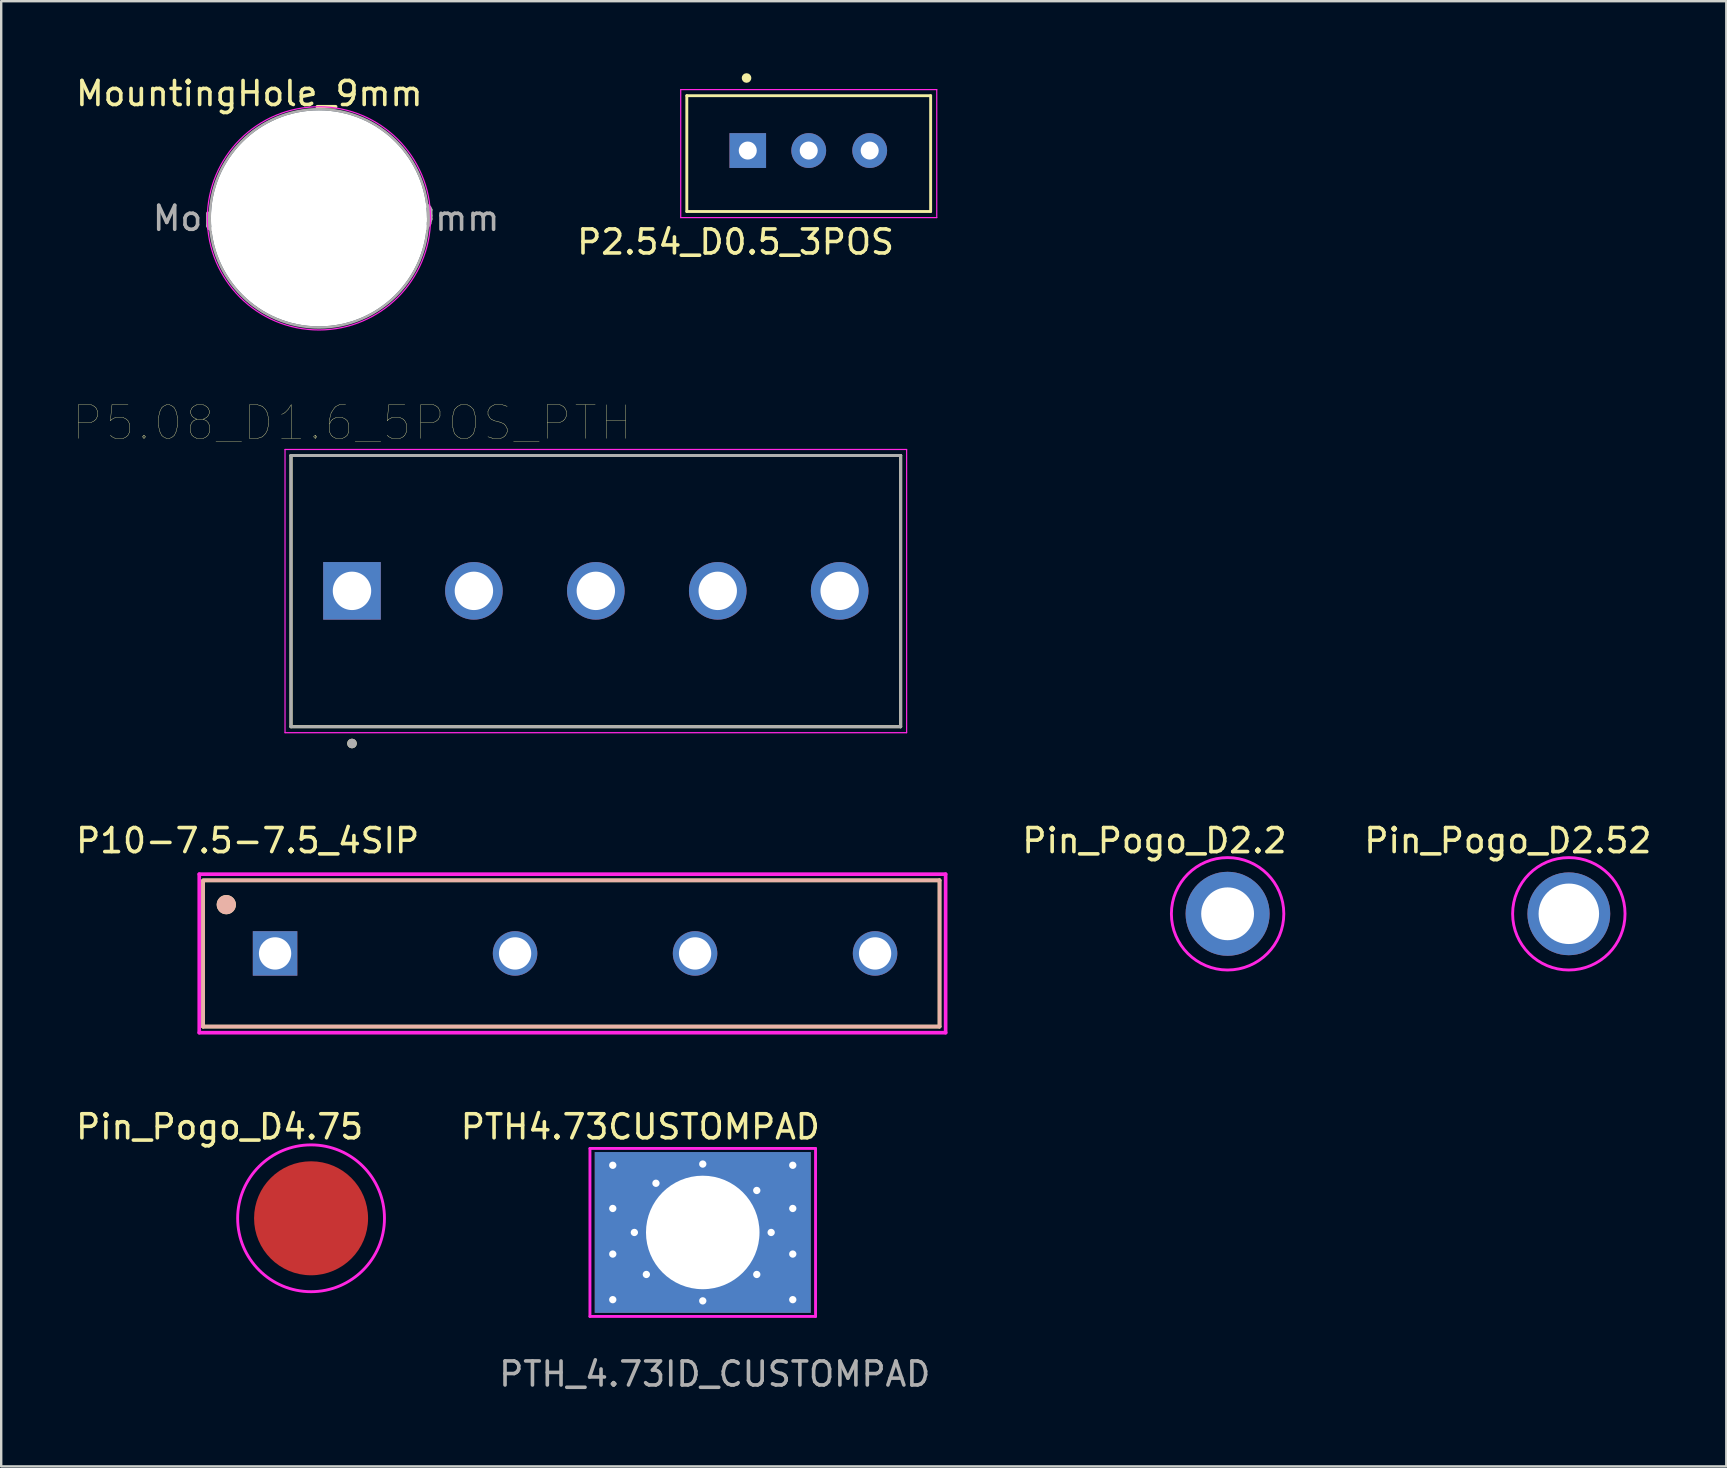
<source format=kicad_pcb>
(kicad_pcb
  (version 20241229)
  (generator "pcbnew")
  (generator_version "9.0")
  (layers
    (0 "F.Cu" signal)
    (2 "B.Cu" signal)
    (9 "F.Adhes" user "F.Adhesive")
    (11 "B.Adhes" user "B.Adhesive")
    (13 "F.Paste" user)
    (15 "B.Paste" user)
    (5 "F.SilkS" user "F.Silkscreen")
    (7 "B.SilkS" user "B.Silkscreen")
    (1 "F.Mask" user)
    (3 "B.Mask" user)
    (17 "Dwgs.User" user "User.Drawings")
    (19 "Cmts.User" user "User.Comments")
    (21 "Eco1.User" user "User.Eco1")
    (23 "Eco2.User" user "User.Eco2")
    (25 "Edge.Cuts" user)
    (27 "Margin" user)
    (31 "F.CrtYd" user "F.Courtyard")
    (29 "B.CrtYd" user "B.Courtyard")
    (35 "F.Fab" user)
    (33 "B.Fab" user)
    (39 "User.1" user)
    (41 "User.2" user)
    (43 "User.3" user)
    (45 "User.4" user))
  (footprint "PTH4.73CUSTOMPAD"
    (layer "F.Cu")
    (at 26.231 48.302)
    (property "Reference" "PTH4.73CUSTOMPAD" (at -2.6 -4.4 0) (unlocked yes) (layer "F.SilkS") (effects (font (size 1 1) (thickness 0.15))))
    (attr through_hole)
    (fp_line (start -4.7 -3.5) (end 4.7 -3.5) (stroke (width 0.12) (type solid)) (layer "F.CrtYd"))
    (fp_line (start -4.7 3.5) (end -4.7 -3.5) (stroke (width 0.12) (type solid)) (layer "F.CrtYd"))
    (fp_line (start 4.7 -3.5) (end 4.7 3.5) (stroke (width 0.12) (type solid)) (layer "F.CrtYd"))
    (fp_line (start 4.7 3.5) (end -4.7 3.5) (stroke (width 0.12) (type solid)) (layer "F.CrtYd"))
    (fp_text user "PTH_4.73ID_CUSTOMPAD" (at 0.5 5.9 0) (layer "F.Fab") (effects (font (size 1 1) (thickness 0.15))))
    (pad "1" thru_hole circle (at -3.75 -2.8) (size 0.61 0.61) (drill 0.305) (layers "*.Cu" "*.Mask"))
    (pad "1" thru_hole circle (at -3.75 -1) (size 0.61 0.61) (drill 0.305) (layers "*.Cu" "*.Mask"))
    (pad "1" thru_hole circle (at -3.75 0.9) (size 0.61 0.61) (drill 0.305) (layers "*.Cu" "*.Mask"))
    (pad "1" thru_hole circle (at -3.75 2.8) (size 0.61 0.61) (drill 0.305) (layers "*.Cu" "*.Mask"))
    (pad "1" thru_hole circle (at -2.85 0) (size 0.61 0.61) (drill 0.305) (layers "*.Cu" "*.Mask"))
    (pad "1" thru_hole circle (at -2.35 1.75) (size 0.61 0.61) (drill 0.305) (layers "*.Cu" "*.Mask"))
    (pad "1" thru_hole circle (at -1.95 -2.05) (size 0.61 0.61) (drill 0.305) (layers "*.Cu" "*.Mask"))
    (pad "1" thru_hole circle (at 0 -2.85) (size 0.61 0.61) (drill 0.305) (layers "*.Cu" "*.Mask"))
    (pad "1" thru_hole rect (at 0 0) (size 9 6.7) (drill 4.73) (layers "*.Cu" "*.Mask"))
    (pad "1" thru_hole circle (at 0 2.85) (size 0.61 0.61) (drill 0.305) (layers "*.Cu" "*.Mask"))
    (pad "1" thru_hole circle (at 2.25 -1.75) (size 0.61 0.61) (drill 0.305) (layers "*.Cu" "*.Mask"))
    (pad "1" thru_hole circle (at 2.25 1.75) (size 0.61 0.61) (drill 0.305) (layers "*.Cu" "*.Mask"))
    (pad "1" thru_hole circle (at 2.85 0) (size 0.61 0.61) (drill 0.305) (layers "*.Cu" "*.Mask"))
    (pad "1" thru_hole circle (at 3.75 -2.8) (size 0.61 0.61) (drill 0.305) (layers "*.Cu" "*.Mask"))
    (pad "1" thru_hole circle (at 3.75 -1) (size 0.61 0.61) (drill 0.305) (layers "*.Cu" "*.Mask"))
    (pad "1" thru_hole circle (at 3.75 0.9) (size 0.61 0.61) (drill 0.305) (layers "*.Cu" "*.Mask"))
    (pad "1" thru_hole circle (at 3.75 2.8) (size 0.61 0.61) (drill 0.305) (layers "*.Cu" "*.Mask")))
  (footprint "Pin_Pogo_D2.2"
    (layer "F.Cu")
    (at 48.1 35.025)
    (property "Reference" "Pin_Pogo_D2.2" (at -3.048 -3.048 0) (layer "F.SilkS") (effects (font (size 1 1) (thickness 0.15))))
    (attr through_hole)
    (fp_circle (center 0 0) (end 1.524 1.778) (stroke (width 0.12) (type solid)) (fill no) (layer "F.CrtYd"))
    (pad "1" thru_hole circle (at 0 0) (size 3.5 3.5) (drill 2.2) (layers "*.Cu" "*.Mask")))
  (footprint "Pin_Pogo_D4.75"
    (layer "F.Cu")
    (at 9.911 47.712)
    (property "Reference" "Pin_Pogo_D4.75" (at -3.81 -3.81 0) (layer "F.SilkS") (effects (font (size 1 1) (thickness 0.15))))
    (attr smd)
    (fp_circle (center 0 0) (end -0.254 3.048) (stroke (width 0.12) (type solid)) (fill no) (layer "F.CrtYd"))
    (pad "1" smd circle (at 0 0) (size 4.75 4.75) (layers "F.Cu" "F.Mask" "F.Paste")))
  (footprint "P10-7.5-7.5_4SIP"
    (layer "F.Cu")
    (at 8.411 36.676)
    (property "Reference" "P10-7.5-7.5_4SIP" (at -1.143 -4.699 0) (layer "F.SilkS") (effects (font (size 1 1) (thickness 0.15))))
    (attr through_hole)
    (fp_line (start -3 -3) (end -3 3.048) (stroke (width 0.152) (type solid)) (layer "F.SilkS"))
    (fp_line (start -3 3.048) (end 27.686 3.048) (stroke (width 0.152) (type solid)) (layer "F.SilkS"))
    (fp_line (start 27.686 -3.048) (end 27.686 3.048) (stroke (width 0.152) (type solid)) (layer "F.SilkS"))
    (fp_line (start 27.686 -3.044) (end -3 -3.044) (stroke (width 0.152) (type solid)) (layer "F.SilkS"))
    (fp_circle (center -2.032 -2.032) (end -1.832 -2.032) (stroke (width 0.4) (type solid)) (fill no) (layer "F.SilkS"))
    (fp_line (start -3 -3) (end -3 3.048) (stroke (width 0.152) (type solid)) (layer "B.SilkS"))
    (fp_line (start -3 3.048) (end 27.686 3.048) (stroke (width 0.152) (type solid)) (layer "B.SilkS"))
    (fp_line (start 27.686 -3.048) (end 27.686 3.048) (stroke (width 0.152) (type solid)) (layer "B.SilkS"))
    (fp_line (start 27.686 -3.044) (end -3 -3.044) (stroke (width 0.152) (type solid)) (layer "B.SilkS"))
    (fp_circle (center -2.032 -2.032) (end -1.832 -2.032) (stroke (width 0.4) (type solid)) (fill no) (layer "B.SilkS"))
    (fp_line (start -3.159 -3.302) (end -3.159 3.302) (stroke (width 0.152) (type solid)) (layer "F.CrtYd"))
    (fp_line (start -3.159 3.302) (end 27.94 3.302) (stroke (width 0.152) (type solid)) (layer "F.CrtYd"))
    (fp_line (start 27.94 -3.302) (end -3.159 -3.302) (stroke (width 0.152) (type solid)) (layer "F.CrtYd"))
    (fp_line (start 27.94 3.302) (end 27.94 -3.302) (stroke (width 0.152) (type solid)) (layer "F.CrtYd"))
    (pad "1" thru_hole rect (at 0 0) (size 1.854 1.854) (drill 1.346) (layers "*.Cu" "*.Mask"))
    (pad "2" thru_hole circle (at 10 0) (size 1.854 1.854) (drill 1.346) (layers "*.Cu" "*.Mask"))
    (pad "3" thru_hole circle (at 17.5 0) (size 1.854 1.854) (drill 1.346) (layers "*.Cu" "*.Mask"))
    (pad "4" thru_hole circle (at 25 0) (size 1.854 1.854) (drill 1.346) (layers "*.Cu" "*.Mask")))
  (footprint "P2.54_D0.5_3POS"
    (layer "F.Cu")
    (at 28.107 3.223)
    (property "Reference" "P2.54_D0.5_3POS" (at -0.508 3.81 0) (layer "F.SilkS") (effects (font (size 1 1) (thickness 0.15))))
    (attr through_hole)
    (fp_line (start -2.54 -2.286) (end -2.54 2.54) (stroke (width 0.12) (type solid)) (layer "F.SilkS"))
    (fp_line (start -2.54 2.54) (end 7.62 2.54) (stroke (width 0.12) (type solid)) (layer "F.SilkS"))
    (fp_line (start 7.62 -2.286) (end -2.54 -2.286) (stroke (width 0.12) (type solid)) (layer "F.SilkS"))
    (fp_line (start 7.62 2.54) (end 7.62 -2.286) (stroke (width 0.12) (type solid)) (layer "F.SilkS"))
    (fp_circle (center -0.051 -3.023) (end 0.049 -3.023) (stroke (width 0.2) (type solid)) (fill no) (layer "F.SilkS"))
    (fp_line (start -2.794 -2.54) (end 7.874 -2.54) (stroke (width 0.05) (type solid)) (layer "F.CrtYd"))
    (fp_line (start -2.794 2.794) (end -2.794 -2.54) (stroke (width 0.05) (type solid)) (layer "F.CrtYd"))
    (fp_line (start 7.874 -2.54) (end 7.874 2.794) (stroke (width 0.05) (type solid)) (layer "F.CrtYd"))
    (fp_line (start 7.874 2.794) (end -2.794 2.794) (stroke (width 0.05) (type solid)) (layer "F.CrtYd"))
    (pad "1" thru_hole rect (at 0 0 90) (size 1.45 1.524) (drill 0.75) (layers "*.Cu" "*.Mask"))
    (pad "2" thru_hole circle (at 2.54 0) (size 1.45 1.45) (drill 0.75) (layers "*.Cu" "*.Mask"))
    (pad "3" thru_hole circle (at 5.08 0) (size 1.45 1.45) (drill 0.75) (layers "*.Cu" "*.Mask")))
  (footprint "P5.08_D1.6_5POS_PTH"
    (layer "F.Cu")
    (at 11.616 21.569)
    (property "Reference" "P5.08_D1.6_5POS_PTH" (at 0 -7 0) (layer "F.SilkS") (effects (font (size 1.4 1.4) (thickness 0.015))))
    (attr through_hole)
    (fp_line (start -2.54 -5.64) (end 22.86 -5.64) (stroke (width 0.127) (type solid)) (layer "F.SilkS"))
    (fp_line (start -2.54 5.66) (end -2.54 -5.64) (stroke (width 0.127) (type solid)) (layer "F.SilkS"))
    (fp_line (start 22.86 -5.64) (end 22.86 5.66) (stroke (width 0.127) (type solid)) (layer "F.SilkS"))
    (fp_line (start 22.86 5.66) (end -2.54 5.66) (stroke (width 0.127) (type solid)) (layer "F.SilkS"))
    (fp_circle (center 0 6.36) (end 0.1 6.36) (stroke (width 0.2) (type solid)) (fill no) (layer "F.SilkS"))
    (fp_line (start -2.79 -5.89) (end 23.11 -5.89) (stroke (width 0.05) (type solid)) (layer "F.CrtYd"))
    (fp_line (start -2.79 5.91) (end -2.79 -5.89) (stroke (width 0.05) (type solid)) (layer "F.CrtYd"))
    (fp_line (start 23.11 -5.89) (end 23.11 5.91) (stroke (width 0.05) (type solid)) (layer "F.CrtYd"))
    (fp_line (start 23.11 5.91) (end -2.79 5.91) (stroke (width 0.05) (type solid)) (layer "F.CrtYd"))
    (fp_line (start -2.54 -5.64) (end 22.86 -5.64) (stroke (width 0.127) (type solid)) (layer "F.Fab"))
    (fp_line (start -2.54 5.66) (end -2.54 -5.64) (stroke (width 0.127) (type solid)) (layer "F.Fab"))
    (fp_line (start 22.86 -5.64) (end 22.86 5.66) (stroke (width 0.127) (type solid)) (layer "F.Fab"))
    (fp_line (start 22.86 5.66) (end -2.54 5.66) (stroke (width 0.127) (type solid)) (layer "F.Fab"))
    (fp_circle (center 0 6.36) (end 0.1 6.36) (stroke (width 0.2) (type solid)) (fill no) (layer "F.Fab"))
    (pad "1" thru_hole rect (at 0 0) (size 2.4 2.4) (drill 1.6) (layers "*.Cu" "*.Mask"))
    (pad "2" thru_hole circle (at 5.08 0) (size 2.4 2.4) (drill 1.6) (layers "*.Cu" "*.Mask"))
    (pad "3" thru_hole circle (at 10.16 0) (size 2.4 2.4) (drill 1.6) (layers "*.Cu" "*.Mask"))
    (pad "4" thru_hole circle (at 15.24 0) (size 2.4 2.4) (drill 1.6) (layers "*.Cu" "*.Mask"))
    (pad "5" thru_hole circle (at 20.32 0) (size 2.4 2.4) (drill 1.6) (layers "*.Cu" "*.Mask")))
  (footprint "MountingHole_9mm"
    (layer "F.Cu")
    (at 10.239 6.048)
    (property "Reference" "MountingHole_9mm" (at -2.9 -5.2 0) (unlocked yes) (layer "F.SilkS") (effects (font (size 1 1) (thickness 0.15))))
    (attr through_hole)
    (fp_circle (center 0 0) (end 4.65 0) (stroke (width 0.05) (type solid)) (fill no) (layer "F.CrtYd"))
    (fp_circle (center 0 0) (end 4.55 0) (stroke (width 0.1) (type solid)) (fill no) (layer "F.Fab"))
    (fp_text user "${REFERENCE}" (at 0.3 0 0) (layer "F.Fab") (effects (font (size 1 1) (thickness 0.15))))
    (pad "" np_thru_hole circle (at 0 0) (size 9 9) (drill 9) (layers "*.Cu" "*.Mask")))
  (footprint "Pin_Pogo_D2.52"
    (layer "F.Cu")
    (at 62.318 35.025)
    (property "Reference" "Pin_Pogo_D2.52" (at -2.54 -3.048 0) (layer "F.SilkS") (effects (font (size 1 1) (thickness 0.15))))
    (attr through_hole)
    (fp_circle (center 0 0) (end 1.524 1.778) (stroke (width 0.12) (type solid)) (fill no) (layer "F.CrtYd"))
    (pad "1" thru_hole circle (at 0 0) (size 3.45 3.45) (drill 2.52) (layers "*.Cu" "*.Mask")))
  (gr_rect
    (start -3 -3)
    (end 68.879 58.051)
    (stroke (width 0.1) (type default))
    (fill no)
    (layer "Edge.Cuts")))
</source>
